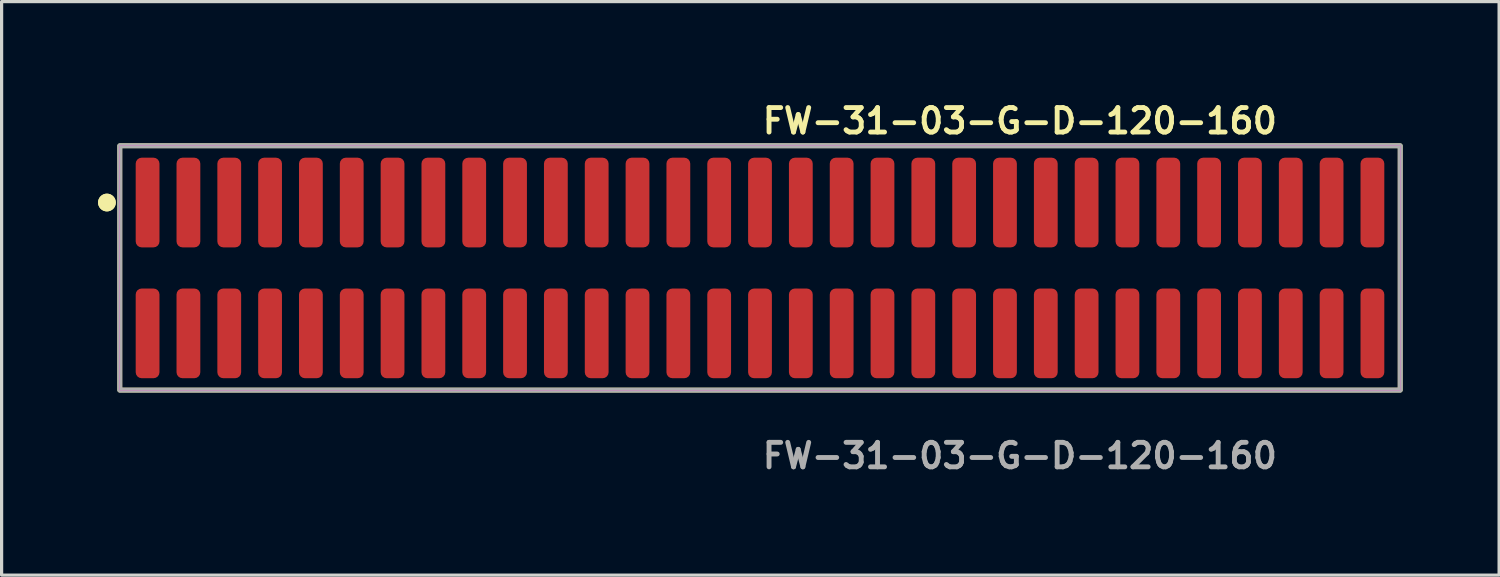
<source format=kicad_pcb>
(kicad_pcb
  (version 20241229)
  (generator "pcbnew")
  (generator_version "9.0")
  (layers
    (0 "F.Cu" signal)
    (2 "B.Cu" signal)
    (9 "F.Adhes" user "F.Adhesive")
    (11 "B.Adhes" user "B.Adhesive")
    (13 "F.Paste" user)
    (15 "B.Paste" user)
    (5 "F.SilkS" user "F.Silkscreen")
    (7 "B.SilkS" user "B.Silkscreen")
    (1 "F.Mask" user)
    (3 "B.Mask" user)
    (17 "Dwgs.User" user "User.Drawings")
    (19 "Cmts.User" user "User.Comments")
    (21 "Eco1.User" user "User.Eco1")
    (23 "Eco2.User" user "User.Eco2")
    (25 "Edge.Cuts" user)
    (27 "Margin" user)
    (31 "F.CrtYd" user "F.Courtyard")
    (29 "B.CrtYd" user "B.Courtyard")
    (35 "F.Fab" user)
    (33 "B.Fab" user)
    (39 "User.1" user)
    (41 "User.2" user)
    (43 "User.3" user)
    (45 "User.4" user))
  (footprint "FW-31-03-G-D-120-160"
    (layer "F.Cu")
    (at 20.591 5.285)
    (property "Reference" "FW-31-03-G-D-120-160" (at 0 -4.572 0) (unlocked yes) (layer "F.SilkS") (effects (font (size 0.762 0.762) (thickness 0.152)) (justify left)))
    (fp_rect (start -19.915 3.8) (end 19.915 -3.8) (stroke (width 0.152) (type solid)) (fill no) (layer "F.SilkS"))
    (fp_circle (center -20.315 -2.035) (end -20.515 -2.035) (stroke (width 0.152) (type solid)) (fill yes) (layer "F.SilkS"))
    (fp_circle (center -20.315 -2.035) (end -20.515 -2.035) (stroke (width 0.152) (type solid)) (fill yes) (layer "F.SilkS"))
    (fp_rect (start -19.915 3.8) (end 19.915 -3.8) (stroke (width 0.006) (type solid)) (fill no) (layer "F.CrtYd"))
    (fp_rect (start -19.915 3.8) (end 19.915 -3.8) (stroke (width 0.152) (type solid)) (fill no) (layer "F.Fab"))
    (fp_text user "${REFERENCE}" (at 0 5.842 0) (unlocked yes) (layer "F.Fab") (effects (font (size 0.762 0.762) (thickness 0.152)) (justify left)))
    (pad "1" smd roundrect (at -19.05 -2.035) (size 0.74 2.79) (layers "F.Cu" "F.Paste") (roundrect_rratio 0.25))
    (pad "2" smd roundrect (at -19.05 2.035) (size 0.74 2.79) (layers "F.Cu" "F.Paste") (roundrect_rratio 0.25))
    (pad "3" smd roundrect (at -17.78 -2.035) (size 0.74 2.79) (layers "F.Cu" "F.Paste") (roundrect_rratio 0.25))
    (pad "4" smd roundrect (at -17.78 2.035) (size 0.74 2.79) (layers "F.Cu" "F.Paste") (roundrect_rratio 0.25))
    (pad "5" smd roundrect (at -16.51 -2.035) (size 0.74 2.79) (layers "F.Cu" "F.Paste") (roundrect_rratio 0.25))
    (pad "6" smd roundrect (at -16.51 2.035) (size 0.74 2.79) (layers "F.Cu" "F.Paste") (roundrect_rratio 0.25))
    (pad "7" smd roundrect (at -15.24 -2.035) (size 0.74 2.79) (layers "F.Cu" "F.Paste") (roundrect_rratio 0.25))
    (pad "8" smd roundrect (at -15.24 2.035) (size 0.74 2.79) (layers "F.Cu" "F.Paste") (roundrect_rratio 0.25))
    (pad "9" smd roundrect (at -13.97 -2.035) (size 0.74 2.79) (layers "F.Cu" "F.Paste") (roundrect_rratio 0.25))
    (pad "10" smd roundrect (at -13.97 2.035) (size 0.74 2.79) (layers "F.Cu" "F.Paste") (roundrect_rratio 0.25))
    (pad "11" smd roundrect (at -12.7 -2.035) (size 0.74 2.79) (layers "F.Cu" "F.Paste") (roundrect_rratio 0.25))
    (pad "12" smd roundrect (at -12.7 2.035) (size 0.74 2.79) (layers "F.Cu" "F.Paste") (roundrect_rratio 0.25))
    (pad "13" smd roundrect (at -11.43 -2.035) (size 0.74 2.79) (layers "F.Cu" "F.Paste") (roundrect_rratio 0.25))
    (pad "14" smd roundrect (at -11.43 2.035) (size 0.74 2.79) (layers "F.Cu" "F.Paste") (roundrect_rratio 0.25))
    (pad "15" smd roundrect (at -10.16 -2.035) (size 0.74 2.79) (layers "F.Cu" "F.Paste") (roundrect_rratio 0.25))
    (pad "16" smd roundrect (at -10.16 2.035) (size 0.74 2.79) (layers "F.Cu" "F.Paste") (roundrect_rratio 0.25))
    (pad "17" smd roundrect (at -8.89 -2.035) (size 0.74 2.79) (layers "F.Cu" "F.Paste") (roundrect_rratio 0.25))
    (pad "18" smd roundrect (at -8.89 2.035) (size 0.74 2.79) (layers "F.Cu" "F.Paste") (roundrect_rratio 0.25))
    (pad "19" smd roundrect (at -7.62 -2.035) (size 0.74 2.79) (layers "F.Cu" "F.Paste") (roundrect_rratio 0.25))
    (pad "20" smd roundrect (at -7.62 2.035) (size 0.74 2.79) (layers "F.Cu" "F.Paste") (roundrect_rratio 0.25))
    (pad "21" smd roundrect (at -6.35 -2.035) (size 0.74 2.79) (layers "F.Cu" "F.Paste") (roundrect_rratio 0.25))
    (pad "22" smd roundrect (at -6.35 2.035) (size 0.74 2.79) (layers "F.Cu" "F.Paste") (roundrect_rratio 0.25))
    (pad "23" smd roundrect (at -5.08 -2.035) (size 0.74 2.79) (layers "F.Cu" "F.Paste") (roundrect_rratio 0.25))
    (pad "24" smd roundrect (at -5.08 2.035) (size 0.74 2.79) (layers "F.Cu" "F.Paste") (roundrect_rratio 0.25))
    (pad "25" smd roundrect (at -3.81 -2.035) (size 0.74 2.79) (layers "F.Cu" "F.Paste") (roundrect_rratio 0.25))
    (pad "26" smd roundrect (at -3.81 2.035) (size 0.74 2.79) (layers "F.Cu" "F.Paste") (roundrect_rratio 0.25))
    (pad "27" smd roundrect (at -2.54 -2.035) (size 0.74 2.79) (layers "F.Cu" "F.Paste") (roundrect_rratio 0.25))
    (pad "28" smd roundrect (at -2.54 2.035) (size 0.74 2.79) (layers "F.Cu" "F.Paste") (roundrect_rratio 0.25))
    (pad "29" smd roundrect (at -1.27 -2.035) (size 0.74 2.79) (layers "F.Cu" "F.Paste") (roundrect_rratio 0.25))
    (pad "30" smd roundrect (at -1.27 2.035) (size 0.74 2.79) (layers "F.Cu" "F.Paste") (roundrect_rratio 0.25))
    (pad "31" smd roundrect (at 0 -2.035) (size 0.74 2.79) (layers "F.Cu" "F.Paste") (roundrect_rratio 0.25))
    (pad "32" smd roundrect (at 0 2.035) (size 0.74 2.79) (layers "F.Cu" "F.Paste") (roundrect_rratio 0.25))
    (pad "33" smd roundrect (at 1.27 -2.035) (size 0.74 2.79) (layers "F.Cu" "F.Paste") (roundrect_rratio 0.25))
    (pad "34" smd roundrect (at 1.27 2.035) (size 0.74 2.79) (layers "F.Cu" "F.Paste") (roundrect_rratio 0.25))
    (pad "35" smd roundrect (at 2.54 -2.035) (size 0.74 2.79) (layers "F.Cu" "F.Paste") (roundrect_rratio 0.25))
    (pad "36" smd roundrect (at 2.54 2.035) (size 0.74 2.79) (layers "F.Cu" "F.Paste") (roundrect_rratio 0.25))
    (pad "37" smd roundrect (at 3.81 -2.035) (size 0.74 2.79) (layers "F.Cu" "F.Paste") (roundrect_rratio 0.25))
    (pad "38" smd roundrect (at 3.81 2.035) (size 0.74 2.79) (layers "F.Cu" "F.Paste") (roundrect_rratio 0.25))
    (pad "39" smd roundrect (at 5.08 -2.035) (size 0.74 2.79) (layers "F.Cu" "F.Paste") (roundrect_rratio 0.25))
    (pad "40" smd roundrect (at 5.08 2.035) (size 0.74 2.79) (layers "F.Cu" "F.Paste") (roundrect_rratio 0.25))
    (pad "41" smd roundrect (at 6.35 -2.035) (size 0.74 2.79) (layers "F.Cu" "F.Paste") (roundrect_rratio 0.25))
    (pad "42" smd roundrect (at 6.35 2.035) (size 0.74 2.79) (layers "F.Cu" "F.Paste") (roundrect_rratio 0.25))
    (pad "43" smd roundrect (at 7.62 -2.035) (size 0.74 2.79) (layers "F.Cu" "F.Paste") (roundrect_rratio 0.25))
    (pad "44" smd roundrect (at 7.62 2.035) (size 0.74 2.79) (layers "F.Cu" "F.Paste") (roundrect_rratio 0.25))
    (pad "45" smd roundrect (at 8.89 -2.035) (size 0.74 2.79) (layers "F.Cu" "F.Paste") (roundrect_rratio 0.25))
    (pad "46" smd roundrect (at 8.89 2.035) (size 0.74 2.79) (layers "F.Cu" "F.Paste") (roundrect_rratio 0.25))
    (pad "47" smd roundrect (at 10.16 -2.035) (size 0.74 2.79) (layers "F.Cu" "F.Paste") (roundrect_rratio 0.25))
    (pad "48" smd roundrect (at 10.16 2.035) (size 0.74 2.79) (layers "F.Cu" "F.Paste") (roundrect_rratio 0.25))
    (pad "49" smd roundrect (at 11.43 -2.035) (size 0.74 2.79) (layers "F.Cu" "F.Paste") (roundrect_rratio 0.25))
    (pad "50" smd roundrect (at 11.43 2.035) (size 0.74 2.79) (layers "F.Cu" "F.Paste") (roundrect_rratio 0.25))
    (pad "51" smd roundrect (at 12.7 -2.035) (size 0.74 2.79) (layers "F.Cu" "F.Paste") (roundrect_rratio 0.25))
    (pad "52" smd roundrect (at 12.7 2.035) (size 0.74 2.79) (layers "F.Cu" "F.Paste") (roundrect_rratio 0.25))
    (pad "53" smd roundrect (at 13.97 -2.035) (size 0.74 2.79) (layers "F.Cu" "F.Paste") (roundrect_rratio 0.25))
    (pad "54" smd roundrect (at 13.97 2.035) (size 0.74 2.79) (layers "F.Cu" "F.Paste") (roundrect_rratio 0.25))
    (pad "55" smd roundrect (at 15.24 -2.035) (size 0.74 2.79) (layers "F.Cu" "F.Paste") (roundrect_rratio 0.25))
    (pad "56" smd roundrect (at 15.24 2.035) (size 0.74 2.79) (layers "F.Cu" "F.Paste") (roundrect_rratio 0.25))
    (pad "57" smd roundrect (at 16.51 -2.035) (size 0.74 2.79) (layers "F.Cu" "F.Paste") (roundrect_rratio 0.25))
    (pad "58" smd roundrect (at 16.51 2.035) (size 0.74 2.79) (layers "F.Cu" "F.Paste") (roundrect_rratio 0.25))
    (pad "59" smd roundrect (at 17.78 -2.035) (size 0.74 2.79) (layers "F.Cu" "F.Paste") (roundrect_rratio 0.25))
    (pad "60" smd roundrect (at 17.78 2.035) (size 0.74 2.79) (layers "F.Cu" "F.Paste") (roundrect_rratio 0.25))
    (pad "61" smd roundrect (at 19.05 -2.035) (size 0.74 2.79) (layers "F.Cu" "F.Paste") (roundrect_rratio 0.25))
    (pad "62" smd roundrect (at 19.05 2.035) (size 0.74 2.79) (layers "F.Cu" "F.Paste") (roundrect_rratio 0.25)))
  (gr_rect
    (start -3 -3)
    (end 43.582 14.84)
    (stroke (width 0.1) (type default))
    (fill no)
    (layer "Edge.Cuts")))
</source>
